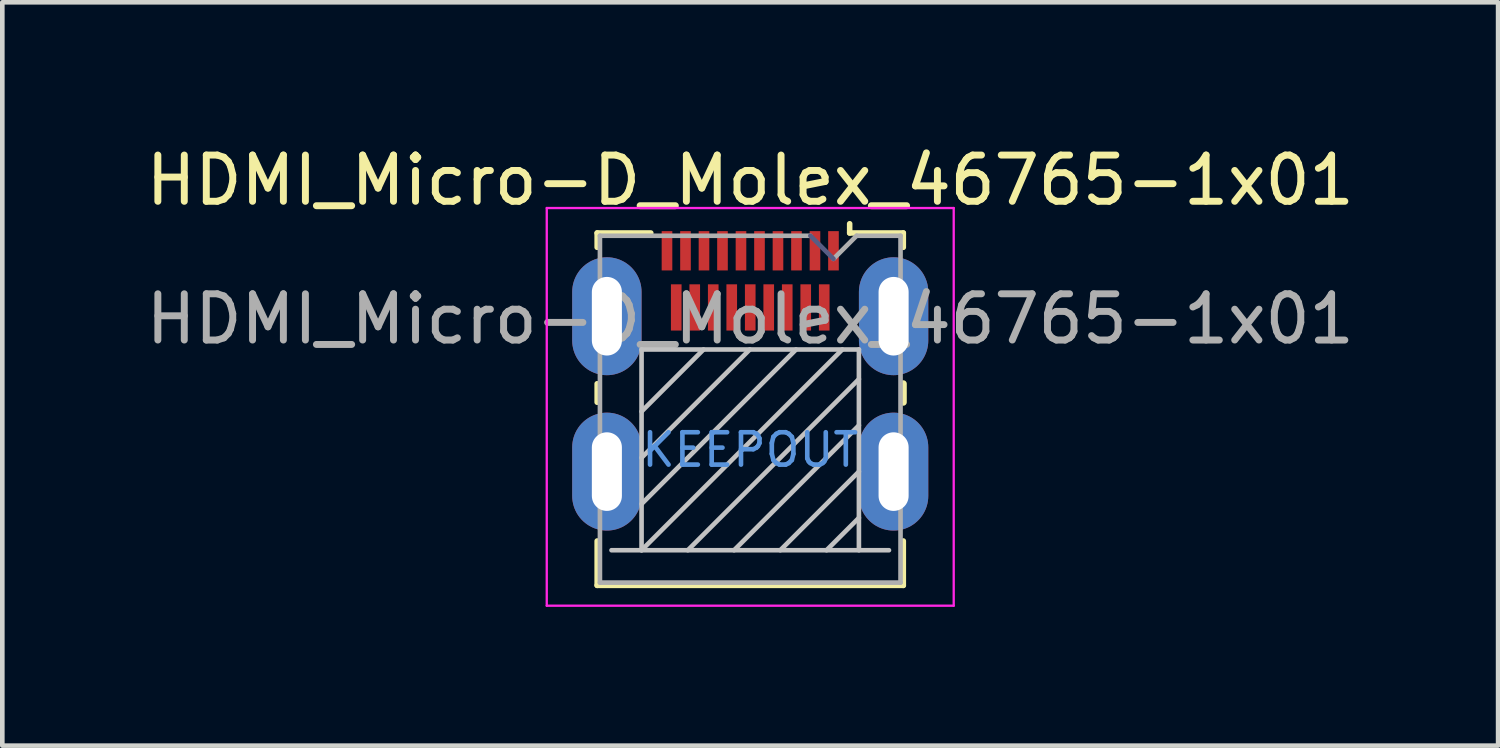
<source format=kicad_pcb>
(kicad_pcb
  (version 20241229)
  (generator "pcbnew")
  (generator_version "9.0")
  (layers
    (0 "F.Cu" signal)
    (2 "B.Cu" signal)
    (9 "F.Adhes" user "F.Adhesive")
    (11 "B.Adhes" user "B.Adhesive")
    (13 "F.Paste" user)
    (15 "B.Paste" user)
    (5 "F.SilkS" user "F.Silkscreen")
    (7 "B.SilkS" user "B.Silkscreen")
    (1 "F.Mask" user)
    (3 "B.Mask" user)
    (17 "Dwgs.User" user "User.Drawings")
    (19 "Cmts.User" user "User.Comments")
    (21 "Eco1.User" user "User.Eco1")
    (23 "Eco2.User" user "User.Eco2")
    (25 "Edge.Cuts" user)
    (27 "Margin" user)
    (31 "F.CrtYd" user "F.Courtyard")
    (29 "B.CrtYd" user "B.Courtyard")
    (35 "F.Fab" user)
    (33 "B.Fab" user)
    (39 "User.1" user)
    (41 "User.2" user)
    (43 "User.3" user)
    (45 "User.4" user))
  (footprint "HDMI_Micro-D_Molex_46765-1x01"
    (layer "F.Cu")
    (at 13.173 7.148)
    (property "Reference" "HDMI_Micro-D_Molex_46765-1x01" (at 0 -6.3 0) (layer "F.SilkS") (effects (font (size 1 1) (thickness 0.15))))
    (attr smd)
    (fp_line (start -3.31 -5.16) (end -2.15 -5.16) (stroke (width 0.12) (type solid)) (layer "F.SilkS"))
    (fp_line (start -3.31 -4.85) (end -3.31 -5.16) (stroke (width 0.12) (type solid)) (layer "F.SilkS"))
    (fp_line (start -3.31 -1.5) (end -3.31 -1.9) (stroke (width 0.12) (type solid)) (layer "F.SilkS"))
    (fp_line (start -3.31 2.46) (end -3.31 1.5) (stroke (width 0.12) (type solid)) (layer "F.SilkS"))
    (fp_line (start -3.31 2.46) (end 3.31 2.46) (stroke (width 0.12) (type solid)) (layer "F.SilkS"))
    (fp_line (start 2.15 -5.16) (end 2.15 -5.36) (stroke (width 0.12) (type solid)) (layer "F.SilkS"))
    (fp_line (start 2.15 -5.16) (end 3.31 -5.16) (stroke (width 0.12) (type solid)) (layer "F.SilkS"))
    (fp_line (start 3.31 -5.16) (end 3.31 -4.85) (stroke (width 0.12) (type solid)) (layer "F.SilkS"))
    (fp_line (start 3.31 -1.9) (end 3.31 -1.5) (stroke (width 0.15) (type solid)) (layer "F.SilkS"))
    (fp_line (start 3.31 1.5) (end 3.31 2.46) (stroke (width 0.12) (type solid)) (layer "F.SilkS"))
    (fp_line (start -3 1.7) (end 3 1.7) (stroke (width 0.1) (type solid)) (layer "Dwgs.User"))
    (fp_line (start -2.35 -2.64) (end 2.35 -2.64) (stroke (width 0.1) (type solid)) (layer "Dwgs.User"))
    (fp_line (start -2.35 -1.3) (end -1.01 -2.64) (stroke (width 0.1) (type solid)) (layer "Dwgs.User"))
    (fp_line (start -2.35 -0.3) (end -0.01 -2.64) (stroke (width 0.1) (type solid)) (layer "Dwgs.User"))
    (fp_line (start -2.35 0.7) (end 0.99 -2.64) (stroke (width 0.1) (type solid)) (layer "Dwgs.User"))
    (fp_line (start -2.35 1.7) (end -2.35 -2.64) (stroke (width 0.1) (type solid)) (layer "Dwgs.User"))
    (fp_line (start -2.35 1.7) (end 1.99 -2.64) (stroke (width 0.1) (type solid)) (layer "Dwgs.User"))
    (fp_line (start -1.35 1.7) (end 2.35 -2) (stroke (width 0.1) (type solid)) (layer "Dwgs.User"))
    (fp_line (start -0.35 1.7) (end 2.35 -1) (stroke (width 0.1) (type solid)) (layer "Dwgs.User"))
    (fp_line (start 0.65 1.7) (end 2.35 0) (stroke (width 0.1) (type solid)) (layer "Dwgs.User"))
    (fp_line (start 1.65 1.7) (end 2.35 1) (stroke (width 0.1) (type solid)) (layer "Dwgs.User"))
    (fp_line (start 2.35 -2.64) (end 2.35 1.7) (stroke (width 0.1) (type solid)) (layer "Dwgs.User"))
    (fp_line (start -4.4 -5.7) (end -4.4 2.9) (stroke (width 0.05) (type solid)) (layer "F.CrtYd"))
    (fp_line (start -4.4 2.9) (end 4.4 2.9) (stroke (width 0.05) (type solid)) (layer "F.CrtYd"))
    (fp_line (start 4.4 -5.7) (end -4.4 -5.7) (stroke (width 0.05) (type solid)) (layer "F.CrtYd"))
    (fp_line (start 4.4 2.9) (end 4.4 -5.7) (stroke (width 0.05) (type solid)) (layer "F.CrtYd"))
    (fp_line (start 1.8 -4.6) (end 1.3 -5.1) (stroke (width 0.1) (type solid)) (layer "B.Fab"))
    (fp_line (start -3.25 -5.1) (end 1.3 -5.1) (stroke (width 0.1) (type solid)) (layer "F.Fab"))
    (fp_line (start -3.25 2.4) (end -3.25 -5.1) (stroke (width 0.1) (type solid)) (layer "F.Fab"))
    (fp_line (start 1.8 -4.6) (end 2.3 -5.1) (stroke (width 0.1) (type solid)) (layer "F.Fab"))
    (fp_line (start 2.3 -5.1) (end 3.25 -5.1) (stroke (width 0.1) (type solid)) (layer "F.Fab"))
    (fp_line (start 3.25 -5.1) (end 3.25 2.4) (stroke (width 0.1) (type solid)) (layer "F.Fab"))
    (fp_line (start 3.25 2.4) (end -3.25 2.4) (stroke (width 0.1) (type solid)) (layer "F.Fab"))
    (fp_text user "KEEPOUT" (at 0 -0.47 0) (layer "Cmts.User") (effects (font (size 0.7 0.7) (thickness 0.1))))
    (fp_text user "${REFERENCE}" (at 0 -3.3 0) (layer "F.Fab") (effects (font (size 1 1) (thickness 0.15))))
    (pad "1" smd rect (at 1.8 -4.775) (size 0.23 0.85) (layers "F.Cu" "F.Mask" "F.Paste"))
    (pad "2" smd rect (at 1.6 -3.55) (size 0.23 1) (layers "F.Cu" "F.Mask" "F.Paste"))
    (pad "3" smd rect (at 1.4 -4.775) (size 0.23 0.85) (layers "F.Cu" "F.Mask" "F.Paste"))
    (pad "4" smd rect (at 1.2 -3.55) (size 0.23 1) (layers "F.Cu" "F.Mask" "F.Paste"))
    (pad "5" smd rect (at 1 -4.775) (size 0.23 0.85) (layers "F.Cu" "F.Mask" "F.Paste"))
    (pad "6" smd rect (at 0.8 -3.55) (size 0.23 1) (layers "F.Cu" "F.Mask" "F.Paste"))
    (pad "7" smd rect (at 0.6 -4.775) (size 0.23 0.85) (layers "F.Cu" "F.Mask" "F.Paste"))
    (pad "8" smd rect (at 0.4 -3.55) (size 0.23 1) (layers "F.Cu" "F.Mask" "F.Paste"))
    (pad "9" smd rect (at 0.2 -4.775) (size 0.23 0.85) (layers "F.Cu" "F.Mask" "F.Paste"))
    (pad "10" smd rect (at 0 -3.55) (size 0.23 1) (layers "F.Cu" "F.Mask" "F.Paste"))
    (pad "11" smd rect (at -0.2 -4.775) (size 0.23 0.85) (layers "F.Cu" "F.Mask" "F.Paste"))
    (pad "12" smd rect (at -0.4 -3.55) (size 0.23 1) (layers "F.Cu" "F.Mask" "F.Paste"))
    (pad "13" smd rect (at -0.6 -4.775) (size 0.23 0.85) (layers "F.Cu" "F.Mask" "F.Paste"))
    (pad "14" smd rect (at -0.8 -3.55) (size 0.23 1) (layers "F.Cu" "F.Mask" "F.Paste"))
    (pad "15" smd rect (at -1 -4.775) (size 0.23 0.85) (layers "F.Cu" "F.Mask" "F.Paste"))
    (pad "16" smd rect (at -1.2 -3.55) (size 0.23 1) (layers "F.Cu" "F.Mask" "F.Paste"))
    (pad "17" smd rect (at -1.4 -4.775) (size 0.23 0.85) (layers "F.Cu" "F.Mask" "F.Paste"))
    (pad "18" smd rect (at -1.6 -3.55) (size 0.23 1) (layers "F.Cu" "F.Mask" "F.Paste"))
    (pad "19" smd rect (at -1.8 -4.775) (size 0.23 0.85) (layers "F.Cu" "F.Mask" "F.Paste"))
    (pad "20" thru_hole oval (at -3.1 -3.36) (size 1.5 2.55) (drill oval 0.65 1.7) (layers "*.Cu" "*.Mask"))
    (pad "20" thru_hole oval (at -3.1 0) (size 1.5 2.55) (drill oval 0.65 1.7) (layers "*.Cu" "*.Mask"))
    (pad "20" thru_hole oval (at 3.1 -3.36) (size 1.5 2.55) (drill oval 0.65 1.7) (layers "*.Cu" "*.Mask"))
    (pad "20" thru_hole oval (at 3.1 0) (size 1.5 2.55) (drill oval 0.65 1.7) (layers "*.Cu" "*.Mask")))
  (gr_rect
    (start -3 -3)
    (end 29.345 13.073)
    (stroke (width 0.1) (type default))
    (fill no)
    (layer "Edge.Cuts")))
</source>
